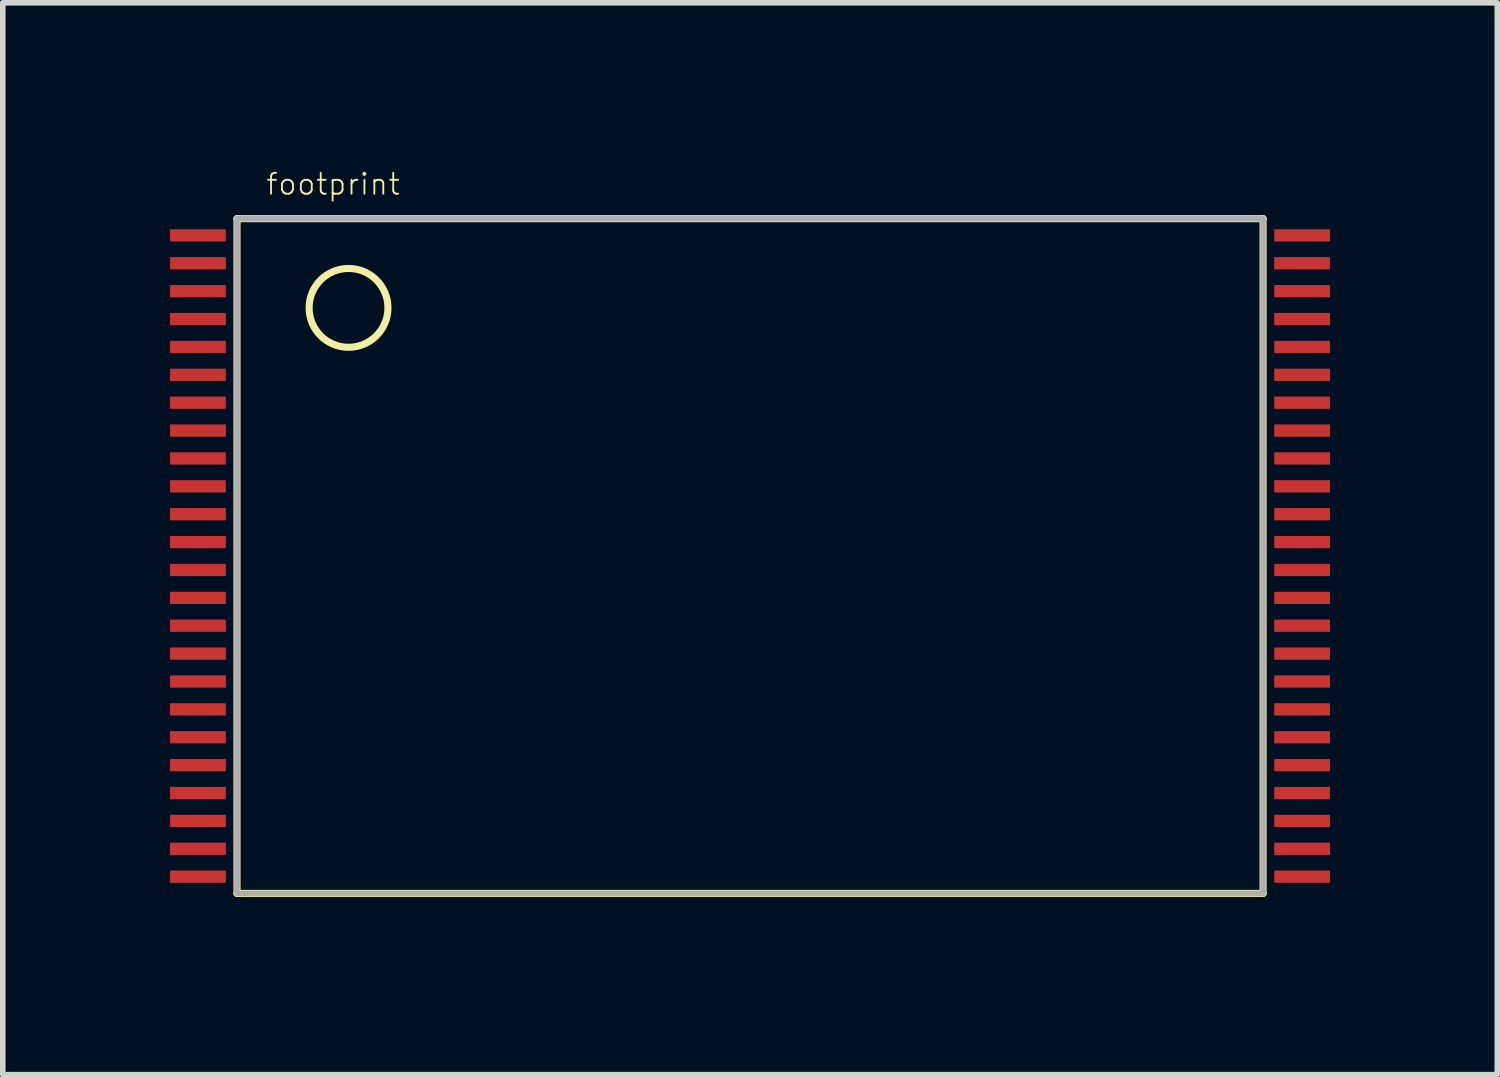
<source format=kicad_pcb>
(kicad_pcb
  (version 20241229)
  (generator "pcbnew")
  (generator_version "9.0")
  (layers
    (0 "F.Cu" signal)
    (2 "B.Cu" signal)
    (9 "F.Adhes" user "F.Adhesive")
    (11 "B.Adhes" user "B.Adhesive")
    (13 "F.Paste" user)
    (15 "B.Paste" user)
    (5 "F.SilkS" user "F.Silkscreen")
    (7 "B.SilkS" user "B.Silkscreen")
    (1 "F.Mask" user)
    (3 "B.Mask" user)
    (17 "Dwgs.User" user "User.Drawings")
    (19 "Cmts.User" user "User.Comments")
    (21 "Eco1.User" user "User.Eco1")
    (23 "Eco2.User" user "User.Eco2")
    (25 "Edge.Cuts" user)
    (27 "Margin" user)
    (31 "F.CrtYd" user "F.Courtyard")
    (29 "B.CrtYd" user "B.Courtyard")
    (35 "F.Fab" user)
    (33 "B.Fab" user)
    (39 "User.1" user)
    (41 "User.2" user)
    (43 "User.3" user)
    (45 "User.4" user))
  (footprint "footprint"
    (layer "F.Cu")
    (at 1.2 12.971)
    (property "Reference" "footprint" (at 0.5 -12.5 0) (layer "F.SilkS") (effects (font (size 0.374 0.374) (thickness 0.033)) (justify left bottom)))
    (fp_line (start 0 -12.1) (end 0 0) (stroke (width 0.127) (type solid)) (layer "F.SilkS"))
    (fp_line (start 0 0) (end 18.4 0) (stroke (width 0.127) (type solid)) (layer "F.SilkS"))
    (fp_line (start 18.4 -12.1) (end 0 -12.1) (stroke (width 0.127) (type solid)) (layer "F.SilkS"))
    (fp_line (start 18.4 0) (end 18.4 -12.1) (stroke (width 0.127) (type solid)) (layer "F.SilkS"))
    (fp_circle (center 2 -10.5) (end 2.707 -10.5) (stroke (width 0.127) (type solid)) (fill no) (layer "F.SilkS"))
    (fp_poly (pts (xy 0 0) (xy 18.4 0) (xy 18.4 -12.1) (xy 0 -12.1)) (stroke (width 0.1) (type solid)) (fill no) (layer "F.Fab"))
    (pad "1" smd rect (at -0.7 -11.8) (size 1 0.22) (layers "F.Cu" "F.Mask" "F.Paste"))
    (pad "2" smd rect (at -0.7 -11.3) (size 1 0.22) (layers "F.Cu" "F.Mask" "F.Paste"))
    (pad "3" smd rect (at -0.7 -10.8) (size 1 0.22) (layers "F.Cu" "F.Mask" "F.Paste"))
    (pad "4" smd rect (at -0.7 -10.3) (size 1 0.22) (layers "F.Cu" "F.Mask" "F.Paste"))
    (pad "5" smd rect (at -0.7 -9.8) (size 1 0.22) (layers "F.Cu" "F.Mask" "F.Paste"))
    (pad "6" smd rect (at -0.7 -9.3) (size 1 0.22) (layers "F.Cu" "F.Mask" "F.Paste"))
    (pad "7" smd rect (at -0.7 -8.8) (size 1 0.22) (layers "F.Cu" "F.Mask" "F.Paste"))
    (pad "8" smd rect (at -0.7 -8.3) (size 1 0.22) (layers "F.Cu" "F.Mask" "F.Paste"))
    (pad "9" smd rect (at -0.7 -7.8) (size 1 0.22) (layers "F.Cu" "F.Mask" "F.Paste"))
    (pad "10" smd rect (at -0.7 -7.3) (size 1 0.22) (layers "F.Cu" "F.Mask" "F.Paste"))
    (pad "11" smd rect (at -0.7 -6.8) (size 1 0.22) (layers "F.Cu" "F.Mask" "F.Paste"))
    (pad "12" smd rect (at -0.7 -6.3) (size 1 0.22) (layers "F.Cu" "F.Mask" "F.Paste"))
    (pad "13" smd rect (at -0.7 -5.8) (size 1 0.22) (layers "F.Cu" "F.Mask" "F.Paste"))
    (pad "14" smd rect (at -0.7 -5.3) (size 1 0.22) (layers "F.Cu" "F.Mask" "F.Paste"))
    (pad "15" smd rect (at -0.7 -4.8) (size 1 0.22) (layers "F.Cu" "F.Mask" "F.Paste"))
    (pad "16" smd rect (at -0.7 -4.3) (size 1 0.22) (layers "F.Cu" "F.Mask" "F.Paste"))
    (pad "17" smd rect (at -0.7 -3.8) (size 1 0.22) (layers "F.Cu" "F.Mask" "F.Paste"))
    (pad "18" smd rect (at -0.7 -3.3) (size 1 0.22) (layers "F.Cu" "F.Mask" "F.Paste"))
    (pad "19" smd rect (at -0.7 -2.8) (size 1 0.22) (layers "F.Cu" "F.Mask" "F.Paste"))
    (pad "20" smd rect (at -0.7 -2.3) (size 1 0.22) (layers "F.Cu" "F.Mask" "F.Paste"))
    (pad "21" smd rect (at -0.7 -1.8) (size 1 0.22) (layers "F.Cu" "F.Mask" "F.Paste"))
    (pad "22" smd rect (at -0.7 -1.3) (size 1 0.22) (layers "F.Cu" "F.Mask" "F.Paste"))
    (pad "23" smd rect (at -0.7 -0.8) (size 1 0.22) (layers "F.Cu" "F.Mask" "F.Paste"))
    (pad "24" smd rect (at -0.7 -0.3) (size 1 0.22) (layers "F.Cu" "F.Mask" "F.Paste"))
    (pad "25" smd rect (at 19.1 -0.3) (size 1 0.22) (layers "F.Cu" "F.Mask" "F.Paste"))
    (pad "26" smd rect (at 19.1 -0.8) (size 1 0.22) (layers "F.Cu" "F.Mask" "F.Paste"))
    (pad "27" smd rect (at 19.1 -1.3) (size 1 0.22) (layers "F.Cu" "F.Mask" "F.Paste"))
    (pad "28" smd rect (at 19.1 -1.8) (size 1 0.22) (layers "F.Cu" "F.Mask" "F.Paste"))
    (pad "29" smd rect (at 19.1 -2.3) (size 1 0.22) (layers "F.Cu" "F.Mask" "F.Paste"))
    (pad "30" smd rect (at 19.1 -2.8) (size 1 0.22) (layers "F.Cu" "F.Mask" "F.Paste"))
    (pad "31" smd rect (at 19.1 -3.3) (size 1 0.22) (layers "F.Cu" "F.Mask" "F.Paste"))
    (pad "32" smd rect (at 19.1 -3.8) (size 1 0.22) (layers "F.Cu" "F.Mask" "F.Paste"))
    (pad "33" smd rect (at 19.1 -4.3) (size 1 0.22) (layers "F.Cu" "F.Mask" "F.Paste"))
    (pad "34" smd rect (at 19.1 -4.8) (size 1 0.22) (layers "F.Cu" "F.Mask" "F.Paste"))
    (pad "35" smd rect (at 19.1 -5.3) (size 1 0.22) (layers "F.Cu" "F.Mask" "F.Paste"))
    (pad "36" smd rect (at 19.1 -5.8) (size 1 0.22) (layers "F.Cu" "F.Mask" "F.Paste"))
    (pad "37" smd rect (at 19.1 -6.3) (size 1 0.22) (layers "F.Cu" "F.Mask" "F.Paste"))
    (pad "38" smd rect (at 19.1 -6.8) (size 1 0.22) (layers "F.Cu" "F.Mask" "F.Paste"))
    (pad "39" smd rect (at 19.1 -7.3) (size 1 0.22) (layers "F.Cu" "F.Mask" "F.Paste"))
    (pad "40" smd rect (at 19.1 -7.8) (size 1 0.22) (layers "F.Cu" "F.Mask" "F.Paste"))
    (pad "41" smd rect (at 19.1 -8.3) (size 1 0.22) (layers "F.Cu" "F.Mask" "F.Paste"))
    (pad "42" smd rect (at 19.1 -8.8) (size 1 0.22) (layers "F.Cu" "F.Mask" "F.Paste"))
    (pad "43" smd rect (at 19.1 -9.3) (size 1 0.22) (layers "F.Cu" "F.Mask" "F.Paste"))
    (pad "44" smd rect (at 19.1 -9.8) (size 1 0.22) (layers "F.Cu" "F.Mask" "F.Paste"))
    (pad "45" smd rect (at 19.1 -10.3) (size 1 0.22) (layers "F.Cu" "F.Mask" "F.Paste"))
    (pad "46" smd rect (at 19.1 -10.8) (size 1 0.22) (layers "F.Cu" "F.Mask" "F.Paste"))
    (pad "47" smd rect (at 19.1 -11.3) (size 1 0.22) (layers "F.Cu" "F.Mask" "F.Paste"))
    (pad "48" smd rect (at 19.1 -11.8) (size 1 0.22) (layers "F.Cu" "F.Mask" "F.Paste")))
  (gr_rect
    (start -3 -3)
    (end 23.8 16.221)
    (stroke (width 0.1) (type default))
    (fill no)
    (layer "Edge.Cuts")))
</source>
